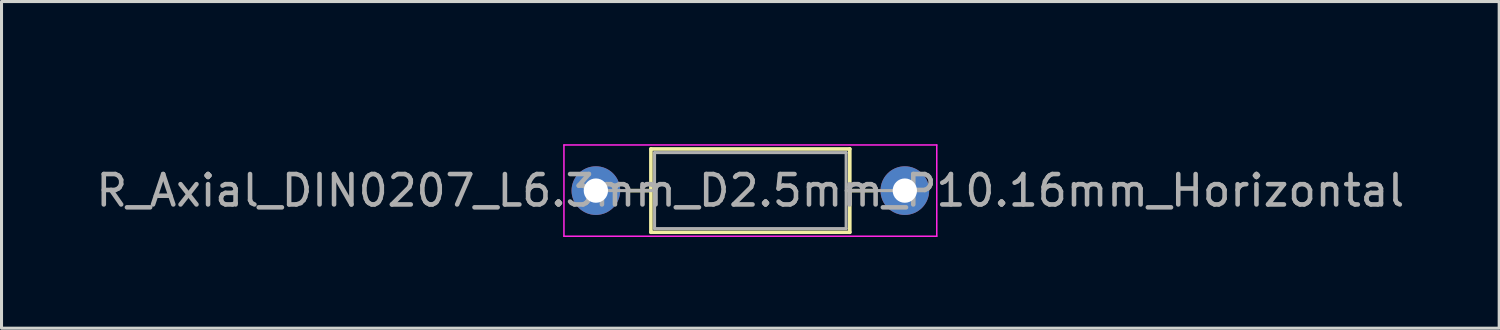
<source format=kicad_pcb>
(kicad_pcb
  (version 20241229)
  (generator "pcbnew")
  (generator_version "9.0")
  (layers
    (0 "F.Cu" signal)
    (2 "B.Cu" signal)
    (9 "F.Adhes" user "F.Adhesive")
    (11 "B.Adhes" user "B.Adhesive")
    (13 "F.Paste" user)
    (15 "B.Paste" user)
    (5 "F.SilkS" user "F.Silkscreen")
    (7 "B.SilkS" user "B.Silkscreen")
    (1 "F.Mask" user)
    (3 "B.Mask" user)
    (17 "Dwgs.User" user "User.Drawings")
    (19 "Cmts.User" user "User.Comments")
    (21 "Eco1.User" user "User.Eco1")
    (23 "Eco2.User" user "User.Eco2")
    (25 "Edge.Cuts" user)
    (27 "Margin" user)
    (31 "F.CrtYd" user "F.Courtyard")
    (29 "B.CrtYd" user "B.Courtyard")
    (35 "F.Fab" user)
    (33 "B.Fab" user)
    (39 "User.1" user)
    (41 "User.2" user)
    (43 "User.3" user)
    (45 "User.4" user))
  (footprint "R_Axial_DIN0207_L6.3mm_D2.5mm_P10.16mm_Horizontal"
    (layer "F.Cu")
    (at 16.545 3.218)
    (property "Reference" "R_Axial_DIN0207_L6.3mm_D2.5mm_P10.16mm_Horizontal" (at 5.08 -2.37 180) (layer "User.1") (effects (font (size 1 1) (thickness 0.15))))
    (attr through_hole)
    (fp_line (start 1.04 0) (end 1.81 0) (stroke (width 0.12) (type solid)) (layer "F.SilkS"))
    (fp_line (start 1.81 -1.37) (end 1.81 1.37) (stroke (width 0.12) (type solid)) (layer "F.SilkS"))
    (fp_line (start 1.81 1.37) (end 8.35 1.37) (stroke (width 0.12) (type solid)) (layer "F.SilkS"))
    (fp_line (start 8.35 -1.37) (end 1.81 -1.37) (stroke (width 0.12) (type solid)) (layer "F.SilkS"))
    (fp_line (start 8.35 1.37) (end 8.35 -1.37) (stroke (width 0.12) (type solid)) (layer "F.SilkS"))
    (fp_line (start 9.12 0) (end 8.35 0) (stroke (width 0.12) (type solid)) (layer "F.SilkS"))
    (fp_line (start -1.05 -1.5) (end -1.05 1.5) (stroke (width 0.05) (type solid)) (layer "F.CrtYd"))
    (fp_line (start -1.05 1.5) (end 11.21 1.5) (stroke (width 0.05) (type solid)) (layer "F.CrtYd"))
    (fp_line (start 11.21 -1.5) (end -1.05 -1.5) (stroke (width 0.05) (type solid)) (layer "F.CrtYd"))
    (fp_line (start 11.21 1.5) (end 11.21 -1.5) (stroke (width 0.05) (type solid)) (layer "F.CrtYd"))
    (fp_line (start 0 0) (end 1.93 0) (stroke (width 0.1) (type solid)) (layer "F.Fab"))
    (fp_line (start 1.93 -1.25) (end 1.93 1.25) (stroke (width 0.1) (type solid)) (layer "F.Fab"))
    (fp_line (start 1.93 1.25) (end 8.23 1.25) (stroke (width 0.1) (type solid)) (layer "F.Fab"))
    (fp_line (start 8.23 -1.25) (end 1.93 -1.25) (stroke (width 0.1) (type solid)) (layer "F.Fab"))
    (fp_line (start 8.23 1.25) (end 8.23 -1.25) (stroke (width 0.1) (type solid)) (layer "F.Fab"))
    (fp_line (start 10.16 0) (end 8.23 0) (stroke (width 0.1) (type solid)) (layer "F.Fab"))
    (fp_text user "${REFERENCE}" (at 5.08 0 180) (layer "F.Fab") (effects (font (size 1 1) (thickness 0.15))))
    (pad "1" thru_hole circle (at 0 0) (size 1.6 1.6) (drill 0.8) (layers "*.Cu" "*.Mask"))
    (pad "2" thru_hole oval (at 10.16 0) (size 1.6 1.6) (drill 0.8) (layers "*.Cu" "*.Mask")))
  (gr_rect
    (start -3 -3)
    (end 46.25 7.743)
    (stroke (width 0.1) (type default))
    (fill no)
    (layer "Edge.Cuts")))
</source>
